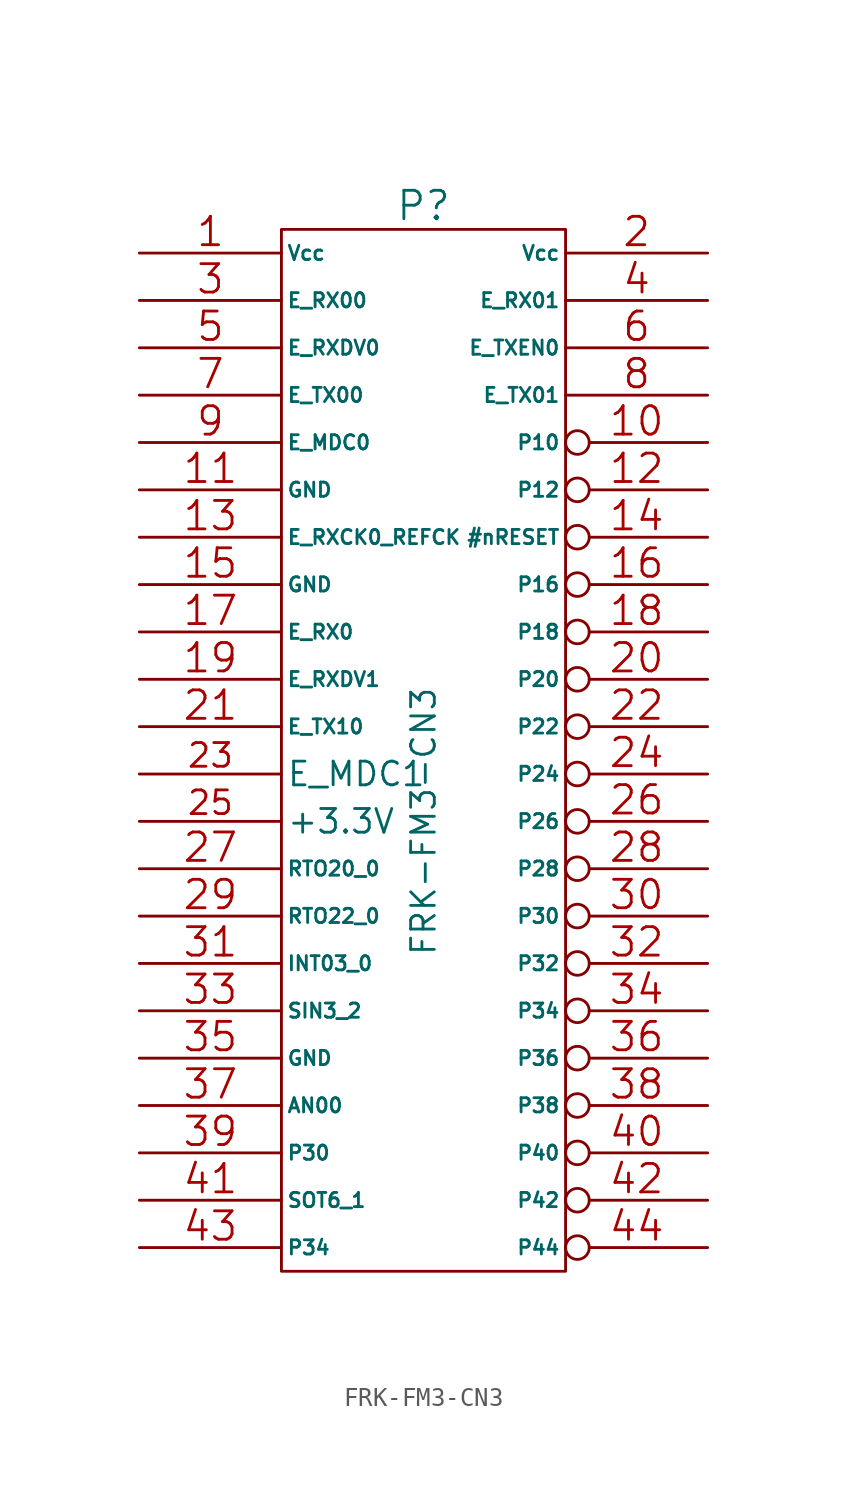
<source format=kicad_sym>
(kicad_symbol_lib
  (version 20220914)
  (generator kicad_symbol_editor)
  (symbol "FRK-FM3-CN3"
    (pin_names
      (offset 0.254))
    (property "Reference" "P"
      (at 0 33.02 0)
      (effects (font (size 1.524 1.524))))
    (property "Value" "FRK-FM3-CN3"
      (at 0 0 90)
      (effects (font (size 1.27 1.27))))
    (property "Footprint" ""
      (at 0 0 0)
      (effects (font (size 1.524 1.524))))
    (property "Datasheet" ""
      (at 0 0 0)
      (effects (font (size 1.524 1.524))))
    (symbol "FRK-FM3-CN3_0_1"
      (rectangle (start -7.62 31.75) (end 7.62 -24.13) (stroke (width 0) (type solid)) (fill (type none))))
    (symbol "FRK-FM3-CN3_1_1"
      (pin passive line (at -15.24 30.48 0) (length 7.62) (name "Vcc" (effects (font (size 0.762 0.762)))) (number "1" (effects (font (size 1.524 1.524)))))
      (pin passive inverted (at 15.24 20.32 180) (length 7.62) (name "P10" (effects (font (size 0.762 0.762)))) (number "10" (effects (font (size 1.524 1.524)))))
      (pin passive line (at -15.24 17.78 0) (length 7.62) (name "GND" (effects (font (size 0.762 0.762)))) (number "11" (effects (font (size 1.524 1.524)))))
      (pin passive inverted (at 15.24 17.78 180) (length 7.62) (name "P12" (effects (font (size 0.762 0.762)))) (number "12" (effects (font (size 1.524 1.524)))))
      (pin passive line (at -15.24 15.24 0) (length 7.62) (name "E_RXCK0_REFCK" (effects (font (size 0.762 0.762)))) (number "13" (effects (font (size 1.524 1.524)))))
      (pin passive inverted (at 15.24 15.24 180) (length 7.62) (name "#nRESET" (effects (font (size 0.762 0.762)))) (number "14" (effects (font (size 1.524 1.524)))))
      (pin passive line (at -15.24 12.7 0) (length 7.62) (name "GND" (effects (font (size 0.762 0.762)))) (number "15" (effects (font (size 1.524 1.524)))))
      (pin passive inverted (at 15.24 12.7 180) (length 7.62) (name "P16" (effects (font (size 0.762 0.762)))) (number "16" (effects (font (size 1.524 1.524)))))
      (pin passive line (at -15.24 10.16 0) (length 7.62) (name "E_RX0" (effects (font (size 0.762 0.762)))) (number "17" (effects (font (size 1.524 1.524)))))
      (pin passive inverted (at 15.24 10.16 180) (length 7.62) (name "P18" (effects (font (size 0.762 0.762)))) (number "18" (effects (font (size 1.524 1.524)))))
      (pin passive line (at -15.24 7.62 0) (length 7.62) (name "E_RXDV1" (effects (font (size 0.762 0.762)))) (number "19" (effects (font (size 1.524 1.524)))))
      (pin passive line (at 15.24 30.48 180) (length 7.62) (name "Vcc" (effects (font (size 0.762 0.762)))) (number "2" (effects (font (size 1.524 1.524)))))
      (pin passive inverted (at 15.24 7.62 180) (length 7.62) (name "P20" (effects (font (size 0.762 0.762)))) (number "20" (effects (font (size 1.524 1.524)))))
      (pin passive line (at -15.24 5.08 0) (length 7.62) (name "E_TX10" (effects (font (size 0.762 0.762)))) (number "21" (effects (font (size 1.524 1.524)))))
      (pin passive inverted (at 15.24 5.08 180) (length 7.62) (name "P22" (effects (font (size 0.762 0.762)))) (number "22" (effects (font (size 1.524 1.524)))))
      (pin input line (at -15.24 2.54 0) (length 7.62) (name "E_MDC1" (effects (font (size 1.27 1.27)))) (number "23" (effects (font (size 1.27 1.27)))))
      (pin passive inverted (at 15.24 2.54 180) (length 7.62) (name "P24" (effects (font (size 0.762 0.762)))) (number "24" (effects (font (size 1.524 1.524)))))
      (pin input line (at -15.24 0 0) (length 7.62) (name "+3.3V" (effects (font (size 1.27 1.27)))) (number "25" (effects (font (size 1.27 1.27)))))
      (pin passive inverted (at 15.24 0 180) (length 7.62) (name "P26" (effects (font (size 0.762 0.762)))) (number "26" (effects (font (size 1.524 1.524)))))
      (pin passive line (at -15.24 -2.54 0) (length 7.62) (name "RTO20_0" (effects (font (size 0.762 0.762)))) (number "27" (effects (font (size 1.524 1.524)))))
      (pin passive inverted (at 15.24 -2.54 180) (length 7.62) (name "P28" (effects (font (size 0.762 0.762)))) (number "28" (effects (font (size 1.524 1.524)))))
      (pin passive line (at -15.24 -5.08 0) (length 7.62) (name "RTO22_0" (effects (font (size 0.762 0.762)))) (number "29" (effects (font (size 1.524 1.524)))))
      (pin passive line (at -15.24 27.94 0) (length 7.62) (name "E_RX00" (effects (font (size 0.762 0.762)))) (number "3" (effects (font (size 1.524 1.524)))))
      (pin passive inverted (at 15.24 -5.08 180) (length 7.62) (name "P30" (effects (font (size 0.762 0.762)))) (number "30" (effects (font (size 1.524 1.524)))))
      (pin passive line (at -15.24 -7.62 0) (length 7.62) (name "INT03_0" (effects (font (size 0.762 0.762)))) (number "31" (effects (font (size 1.524 1.524)))))
      (pin passive inverted (at 15.24 -7.62 180) (length 7.62) (name "P32" (effects (font (size 0.762 0.762)))) (number "32" (effects (font (size 1.524 1.524)))))
      (pin passive line (at -15.24 -10.16 0) (length 7.62) (name "SIN3_2" (effects (font (size 0.762 0.762)))) (number "33" (effects (font (size 1.524 1.524)))))
      (pin passive inverted (at 15.24 -10.16 180) (length 7.62) (name "P34" (effects (font (size 0.762 0.762)))) (number "34" (effects (font (size 1.524 1.524)))))
      (pin passive line (at -15.24 -12.7 0) (length 7.62) (name "GND" (effects (font (size 0.762 0.762)))) (number "35" (effects (font (size 1.524 1.524)))))
      (pin passive inverted (at 15.24 -12.7 180) (length 7.62) (name "P36" (effects (font (size 0.762 0.762)))) (number "36" (effects (font (size 1.524 1.524)))))
      (pin passive line (at -15.24 -15.24 0) (length 7.62) (name "AN00" (effects (font (size 0.762 0.762)))) (number "37" (effects (font (size 1.524 1.524)))))
      (pin passive inverted (at 15.24 -15.24 180) (length 7.62) (name "P38" (effects (font (size 0.762 0.762)))) (number "38" (effects (font (size 1.524 1.524)))))
      (pin passive line (at -15.24 -17.78 0) (length 7.62) (name "P30" (effects (font (size 0.762 0.762)))) (number "39" (effects (font (size 1.524 1.524)))))
      (pin passive line (at 15.24 27.94 180) (length 7.62) (name "E_RX01" (effects (font (size 0.762 0.762)))) (number "4" (effects (font (size 1.524 1.524)))))
      (pin passive inverted (at 15.24 -17.78 180) (length 7.62) (name "P40" (effects (font (size 0.762 0.762)))) (number "40" (effects (font (size 1.524 1.524)))))
      (pin passive line (at -15.24 -20.32 0) (length 7.62) (name "SOT6_1" (effects (font (size 0.762 0.762)))) (number "41" (effects (font (size 1.524 1.524)))))
      (pin passive inverted (at 15.24 -20.32 180) (length 7.62) (name "P42" (effects (font (size 0.762 0.762)))) (number "42" (effects (font (size 1.524 1.524)))))
      (pin passive line (at -15.24 -22.86 0) (length 7.62) (name "P34" (effects (font (size 0.762 0.762)))) (number "43" (effects (font (size 1.524 1.524)))))
      (pin passive inverted (at 15.24 -22.86 180) (length 7.62) (name "P44" (effects (font (size 0.762 0.762)))) (number "44" (effects (font (size 1.524 1.524)))))
      (pin passive line (at -15.24 25.4 0) (length 7.62) (name "E_RXDV0" (effects (font (size 0.762 0.762)))) (number "5" (effects (font (size 1.524 1.524)))))
      (pin passive line (at 15.24 25.4 180) (length 7.62) (name "E_TXEN0" (effects (font (size 0.762 0.762)))) (number "6" (effects (font (size 1.524 1.524)))))
      (pin passive line (at -15.24 22.86 0) (length 7.62) (name "E_TX00" (effects (font (size 0.762 0.762)))) (number "7" (effects (font (size 1.524 1.524)))))
      (pin passive line (at 15.24 22.86 180) (length 7.62) (name "E_TX01" (effects (font (size 0.762 0.762)))) (number "8" (effects (font (size 1.524 1.524)))))
      (pin passive line (at -15.24 20.32 0) (length 7.62) (name "E_MDC0" (effects (font (size 0.762 0.762)))) (number "9" (effects (font (size 1.524 1.524))))))))
</source>
